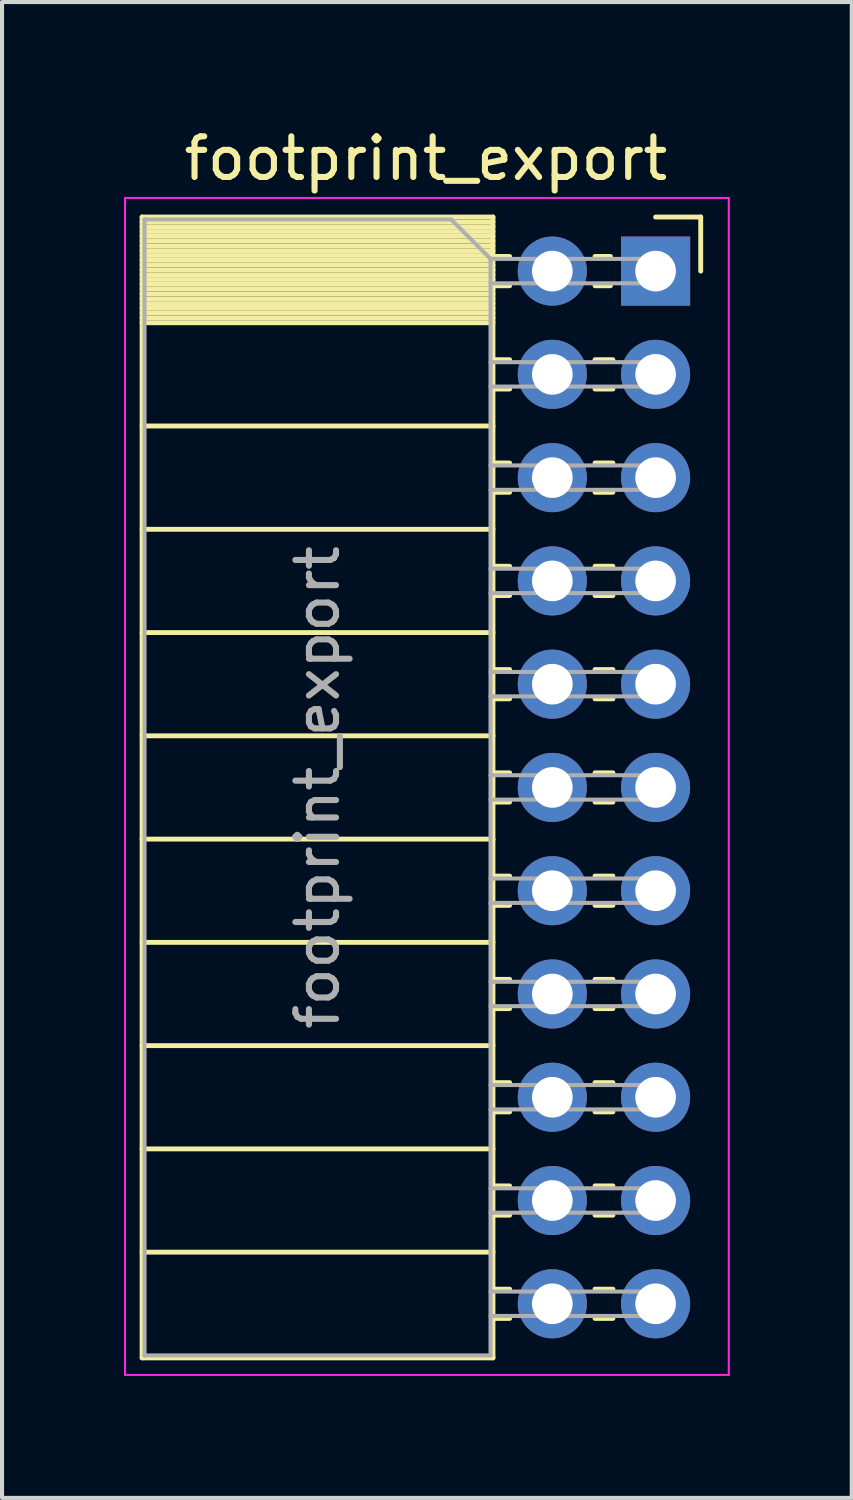
<source format=kicad_pcb>
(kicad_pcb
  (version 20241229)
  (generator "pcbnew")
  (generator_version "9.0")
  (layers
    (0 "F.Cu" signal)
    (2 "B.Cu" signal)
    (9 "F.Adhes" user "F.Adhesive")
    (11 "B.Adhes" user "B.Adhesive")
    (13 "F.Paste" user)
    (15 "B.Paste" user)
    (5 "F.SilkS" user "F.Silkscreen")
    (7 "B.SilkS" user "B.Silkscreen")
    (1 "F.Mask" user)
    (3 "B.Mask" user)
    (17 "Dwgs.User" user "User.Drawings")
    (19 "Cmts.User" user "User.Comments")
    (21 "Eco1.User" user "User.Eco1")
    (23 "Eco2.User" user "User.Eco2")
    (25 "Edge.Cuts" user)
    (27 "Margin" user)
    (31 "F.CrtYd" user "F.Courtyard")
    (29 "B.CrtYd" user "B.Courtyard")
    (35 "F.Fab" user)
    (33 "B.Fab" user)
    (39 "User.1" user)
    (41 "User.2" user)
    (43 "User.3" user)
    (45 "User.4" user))
  (footprint "footprint_export"
    (layer "F.Cu")
    (at 13.075 3.618)
    (property "Reference" "footprint_export" (at -5.65 -2.77 0) (layer "F.SilkS") (effects (font (size 1 1) (thickness 0.15))))
    (attr through_hole)
    (fp_line (start -12.63 -1.33) (end -12.63 26.73) (stroke (width 0.12) (type solid)) (layer "F.SilkS"))
    (fp_line (start -12.63 -1.33) (end -4 -1.33) (stroke (width 0.12) (type solid)) (layer "F.SilkS"))
    (fp_line (start -12.63 -1.21) (end -4 -1.21) (stroke (width 0.12) (type solid)) (layer "F.SilkS"))
    (fp_line (start -12.63 -1.092) (end -4 -1.092) (stroke (width 0.12) (type solid)) (layer "F.SilkS"))
    (fp_line (start -12.63 -0.974) (end -4 -0.974) (stroke (width 0.12) (type solid)) (layer "F.SilkS"))
    (fp_line (start -12.63 -0.856) (end -4 -0.856) (stroke (width 0.12) (type solid)) (layer "F.SilkS"))
    (fp_line (start -12.63 -0.738) (end -4 -0.738) (stroke (width 0.12) (type solid)) (layer "F.SilkS"))
    (fp_line (start -12.63 -0.62) (end -4 -0.62) (stroke (width 0.12) (type solid)) (layer "F.SilkS"))
    (fp_line (start -12.63 -0.501) (end -4 -0.501) (stroke (width 0.12) (type solid)) (layer "F.SilkS"))
    (fp_line (start -12.63 -0.383) (end -4 -0.383) (stroke (width 0.12) (type solid)) (layer "F.SilkS"))
    (fp_line (start -12.63 -0.265) (end -4 -0.265) (stroke (width 0.12) (type solid)) (layer "F.SilkS"))
    (fp_line (start -12.63 -0.147) (end -4 -0.147) (stroke (width 0.12) (type solid)) (layer "F.SilkS"))
    (fp_line (start -12.63 -0.029) (end -4 -0.029) (stroke (width 0.12) (type solid)) (layer "F.SilkS"))
    (fp_line (start -12.63 0.089) (end -4 0.089) (stroke (width 0.12) (type solid)) (layer "F.SilkS"))
    (fp_line (start -12.63 0.207) (end -4 0.207) (stroke (width 0.12) (type solid)) (layer "F.SilkS"))
    (fp_line (start -12.63 0.325) (end -4 0.325) (stroke (width 0.12) (type solid)) (layer "F.SilkS"))
    (fp_line (start -12.63 0.443) (end -4 0.443) (stroke (width 0.12) (type solid)) (layer "F.SilkS"))
    (fp_line (start -12.63 0.561) (end -4 0.561) (stroke (width 0.12) (type solid)) (layer "F.SilkS"))
    (fp_line (start -12.63 0.68) (end -4 0.68) (stroke (width 0.12) (type solid)) (layer "F.SilkS"))
    (fp_line (start -12.63 0.798) (end -4 0.798) (stroke (width 0.12) (type solid)) (layer "F.SilkS"))
    (fp_line (start -12.63 0.916) (end -4 0.916) (stroke (width 0.12) (type solid)) (layer "F.SilkS"))
    (fp_line (start -12.63 1.034) (end -4 1.034) (stroke (width 0.12) (type solid)) (layer "F.SilkS"))
    (fp_line (start -12.63 1.152) (end -4 1.152) (stroke (width 0.12) (type solid)) (layer "F.SilkS"))
    (fp_line (start -12.63 1.27) (end -4 1.27) (stroke (width 0.12) (type solid)) (layer "F.SilkS"))
    (fp_line (start -12.63 3.81) (end -4 3.81) (stroke (width 0.12) (type solid)) (layer "F.SilkS"))
    (fp_line (start -12.63 6.35) (end -4 6.35) (stroke (width 0.12) (type solid)) (layer "F.SilkS"))
    (fp_line (start -12.63 8.89) (end -4 8.89) (stroke (width 0.12) (type solid)) (layer "F.SilkS"))
    (fp_line (start -12.63 11.43) (end -4 11.43) (stroke (width 0.12) (type solid)) (layer "F.SilkS"))
    (fp_line (start -12.63 13.97) (end -4 13.97) (stroke (width 0.12) (type solid)) (layer "F.SilkS"))
    (fp_line (start -12.63 16.51) (end -4 16.51) (stroke (width 0.12) (type solid)) (layer "F.SilkS"))
    (fp_line (start -12.63 19.05) (end -4 19.05) (stroke (width 0.12) (type solid)) (layer "F.SilkS"))
    (fp_line (start -12.63 21.59) (end -4 21.59) (stroke (width 0.12) (type solid)) (layer "F.SilkS"))
    (fp_line (start -12.63 24.13) (end -4 24.13) (stroke (width 0.12) (type solid)) (layer "F.SilkS"))
    (fp_line (start -12.63 26.73) (end -4 26.73) (stroke (width 0.12) (type solid)) (layer "F.SilkS"))
    (fp_line (start -4 -1.33) (end -4 26.73) (stroke (width 0.12) (type solid)) (layer "F.SilkS"))
    (fp_line (start -4 -0.36) (end -3.59 -0.36) (stroke (width 0.12) (type solid)) (layer "F.SilkS"))
    (fp_line (start -4 0.36) (end -3.59 0.36) (stroke (width 0.12) (type solid)) (layer "F.SilkS"))
    (fp_line (start -4 2.18) (end -3.59 2.18) (stroke (width 0.12) (type solid)) (layer "F.SilkS"))
    (fp_line (start -4 2.9) (end -3.59 2.9) (stroke (width 0.12) (type solid)) (layer "F.SilkS"))
    (fp_line (start -4 4.72) (end -3.59 4.72) (stroke (width 0.12) (type solid)) (layer "F.SilkS"))
    (fp_line (start -4 5.44) (end -3.59 5.44) (stroke (width 0.12) (type solid)) (layer "F.SilkS"))
    (fp_line (start -4 7.26) (end -3.59 7.26) (stroke (width 0.12) (type solid)) (layer "F.SilkS"))
    (fp_line (start -4 7.98) (end -3.59 7.98) (stroke (width 0.12) (type solid)) (layer "F.SilkS"))
    (fp_line (start -4 9.8) (end -3.59 9.8) (stroke (width 0.12) (type solid)) (layer "F.SilkS"))
    (fp_line (start -4 10.52) (end -3.59 10.52) (stroke (width 0.12) (type solid)) (layer "F.SilkS"))
    (fp_line (start -4 12.34) (end -3.59 12.34) (stroke (width 0.12) (type solid)) (layer "F.SilkS"))
    (fp_line (start -4 13.06) (end -3.59 13.06) (stroke (width 0.12) (type solid)) (layer "F.SilkS"))
    (fp_line (start -4 14.88) (end -3.59 14.88) (stroke (width 0.12) (type solid)) (layer "F.SilkS"))
    (fp_line (start -4 15.6) (end -3.59 15.6) (stroke (width 0.12) (type solid)) (layer "F.SilkS"))
    (fp_line (start -4 17.42) (end -3.59 17.42) (stroke (width 0.12) (type solid)) (layer "F.SilkS"))
    (fp_line (start -4 18.14) (end -3.59 18.14) (stroke (width 0.12) (type solid)) (layer "F.SilkS"))
    (fp_line (start -4 19.96) (end -3.59 19.96) (stroke (width 0.12) (type solid)) (layer "F.SilkS"))
    (fp_line (start -4 20.68) (end -3.59 20.68) (stroke (width 0.12) (type solid)) (layer "F.SilkS"))
    (fp_line (start -4 22.5) (end -3.59 22.5) (stroke (width 0.12) (type solid)) (layer "F.SilkS"))
    (fp_line (start -4 23.22) (end -3.59 23.22) (stroke (width 0.12) (type solid)) (layer "F.SilkS"))
    (fp_line (start -4 25.04) (end -3.59 25.04) (stroke (width 0.12) (type solid)) (layer "F.SilkS"))
    (fp_line (start -4 25.76) (end -3.59 25.76) (stroke (width 0.12) (type solid)) (layer "F.SilkS"))
    (fp_line (start -1.49 -0.36) (end -1.11 -0.36) (stroke (width 0.12) (type solid)) (layer "F.SilkS"))
    (fp_line (start -1.49 0.36) (end -1.11 0.36) (stroke (width 0.12) (type solid)) (layer "F.SilkS"))
    (fp_line (start -1.49 2.18) (end -1.05 2.18) (stroke (width 0.12) (type solid)) (layer "F.SilkS"))
    (fp_line (start -1.49 2.9) (end -1.05 2.9) (stroke (width 0.12) (type solid)) (layer "F.SilkS"))
    (fp_line (start -1.49 4.72) (end -1.05 4.72) (stroke (width 0.12) (type solid)) (layer "F.SilkS"))
    (fp_line (start -1.49 5.44) (end -1.05 5.44) (stroke (width 0.12) (type solid)) (layer "F.SilkS"))
    (fp_line (start -1.49 7.26) (end -1.05 7.26) (stroke (width 0.12) (type solid)) (layer "F.SilkS"))
    (fp_line (start -1.49 7.98) (end -1.05 7.98) (stroke (width 0.12) (type solid)) (layer "F.SilkS"))
    (fp_line (start -1.49 9.8) (end -1.05 9.8) (stroke (width 0.12) (type solid)) (layer "F.SilkS"))
    (fp_line (start -1.49 10.52) (end -1.05 10.52) (stroke (width 0.12) (type solid)) (layer "F.SilkS"))
    (fp_line (start -1.49 12.34) (end -1.05 12.34) (stroke (width 0.12) (type solid)) (layer "F.SilkS"))
    (fp_line (start -1.49 13.06) (end -1.05 13.06) (stroke (width 0.12) (type solid)) (layer "F.SilkS"))
    (fp_line (start -1.49 14.88) (end -1.05 14.88) (stroke (width 0.12) (type solid)) (layer "F.SilkS"))
    (fp_line (start -1.49 15.6) (end -1.05 15.6) (stroke (width 0.12) (type solid)) (layer "F.SilkS"))
    (fp_line (start -1.49 17.42) (end -1.05 17.42) (stroke (width 0.12) (type solid)) (layer "F.SilkS"))
    (fp_line (start -1.49 18.14) (end -1.05 18.14) (stroke (width 0.12) (type solid)) (layer "F.SilkS"))
    (fp_line (start -1.49 19.96) (end -1.05 19.96) (stroke (width 0.12) (type solid)) (layer "F.SilkS"))
    (fp_line (start -1.49 20.68) (end -1.05 20.68) (stroke (width 0.12) (type solid)) (layer "F.SilkS"))
    (fp_line (start -1.49 22.5) (end -1.05 22.5) (stroke (width 0.12) (type solid)) (layer "F.SilkS"))
    (fp_line (start -1.49 23.22) (end -1.05 23.22) (stroke (width 0.12) (type solid)) (layer "F.SilkS"))
    (fp_line (start -1.49 25.04) (end -1.05 25.04) (stroke (width 0.12) (type solid)) (layer "F.SilkS"))
    (fp_line (start -1.49 25.76) (end -1.05 25.76) (stroke (width 0.12) (type solid)) (layer "F.SilkS"))
    (fp_line (start 0 -1.33) (end 1.11 -1.33) (stroke (width 0.12) (type solid)) (layer "F.SilkS"))
    (fp_line (start 1.11 -1.33) (end 1.11 0) (stroke (width 0.12) (type solid)) (layer "F.SilkS"))
    (fp_line (start -13.05 -1.8) (end -13.05 27.15) (stroke (width 0.05) (type solid)) (layer "F.CrtYd"))
    (fp_line (start -13.05 27.15) (end 1.8 27.15) (stroke (width 0.05) (type solid)) (layer "F.CrtYd"))
    (fp_line (start 1.8 -1.8) (end -13.05 -1.8) (stroke (width 0.05) (type solid)) (layer "F.CrtYd"))
    (fp_line (start 1.8 27.15) (end 1.8 -1.8) (stroke (width 0.05) (type solid)) (layer "F.CrtYd"))
    (fp_line (start -12.57 -1.27) (end -5.03 -1.27) (stroke (width 0.1) (type solid)) (layer "F.Fab"))
    (fp_line (start -12.57 26.67) (end -12.57 -1.27) (stroke (width 0.1) (type solid)) (layer "F.Fab"))
    (fp_line (start -5.03 -1.27) (end -4.06 -0.3) (stroke (width 0.1) (type solid)) (layer "F.Fab"))
    (fp_line (start -4.06 -0.3) (end -4.06 26.67) (stroke (width 0.1) (type solid)) (layer "F.Fab"))
    (fp_line (start -4.06 0.3) (end 0 0.3) (stroke (width 0.1) (type solid)) (layer "F.Fab"))
    (fp_line (start -4.06 2.84) (end 0 2.84) (stroke (width 0.1) (type solid)) (layer "F.Fab"))
    (fp_line (start -4.06 5.38) (end 0 5.38) (stroke (width 0.1) (type solid)) (layer "F.Fab"))
    (fp_line (start -4.06 7.92) (end 0 7.92) (stroke (width 0.1) (type solid)) (layer "F.Fab"))
    (fp_line (start -4.06 10.46) (end 0 10.46) (stroke (width 0.1) (type solid)) (layer "F.Fab"))
    (fp_line (start -4.06 13) (end 0 13) (stroke (width 0.1) (type solid)) (layer "F.Fab"))
    (fp_line (start -4.06 15.54) (end 0 15.54) (stroke (width 0.1) (type solid)) (layer "F.Fab"))
    (fp_line (start -4.06 18.08) (end 0 18.08) (stroke (width 0.1) (type solid)) (layer "F.Fab"))
    (fp_line (start -4.06 20.62) (end 0 20.62) (stroke (width 0.1) (type solid)) (layer "F.Fab"))
    (fp_line (start -4.06 23.16) (end 0 23.16) (stroke (width 0.1) (type solid)) (layer "F.Fab"))
    (fp_line (start -4.06 25.7) (end 0 25.7) (stroke (width 0.1) (type solid)) (layer "F.Fab"))
    (fp_line (start -4.06 26.67) (end -12.57 26.67) (stroke (width 0.1) (type solid)) (layer "F.Fab"))
    (fp_line (start 0 -0.3) (end -4.06 -0.3) (stroke (width 0.1) (type solid)) (layer "F.Fab"))
    (fp_line (start 0 0.3) (end 0 -0.3) (stroke (width 0.1) (type solid)) (layer "F.Fab"))
    (fp_line (start 0 2.24) (end -4.06 2.24) (stroke (width 0.1) (type solid)) (layer "F.Fab"))
    (fp_line (start 0 2.84) (end 0 2.24) (stroke (width 0.1) (type solid)) (layer "F.Fab"))
    (fp_line (start 0 4.78) (end -4.06 4.78) (stroke (width 0.1) (type solid)) (layer "F.Fab"))
    (fp_line (start 0 5.38) (end 0 4.78) (stroke (width 0.1) (type solid)) (layer "F.Fab"))
    (fp_line (start 0 7.32) (end -4.06 7.32) (stroke (width 0.1) (type solid)) (layer "F.Fab"))
    (fp_line (start 0 7.92) (end 0 7.32) (stroke (width 0.1) (type solid)) (layer "F.Fab"))
    (fp_line (start 0 9.86) (end -4.06 9.86) (stroke (width 0.1) (type solid)) (layer "F.Fab"))
    (fp_line (start 0 10.46) (end 0 9.86) (stroke (width 0.1) (type solid)) (layer "F.Fab"))
    (fp_line (start 0 12.4) (end -4.06 12.4) (stroke (width 0.1) (type solid)) (layer "F.Fab"))
    (fp_line (start 0 13) (end 0 12.4) (stroke (width 0.1) (type solid)) (layer "F.Fab"))
    (fp_line (start 0 14.94) (end -4.06 14.94) (stroke (width 0.1) (type solid)) (layer "F.Fab"))
    (fp_line (start 0 15.54) (end 0 14.94) (stroke (width 0.1) (type solid)) (layer "F.Fab"))
    (fp_line (start 0 17.48) (end -4.06 17.48) (stroke (width 0.1) (type solid)) (layer "F.Fab"))
    (fp_line (start 0 18.08) (end 0 17.48) (stroke (width 0.1) (type solid)) (layer "F.Fab"))
    (fp_line (start 0 20.02) (end -4.06 20.02) (stroke (width 0.1) (type solid)) (layer "F.Fab"))
    (fp_line (start 0 20.62) (end 0 20.02) (stroke (width 0.1) (type solid)) (layer "F.Fab"))
    (fp_line (start 0 22.56) (end -4.06 22.56) (stroke (width 0.1) (type solid)) (layer "F.Fab"))
    (fp_line (start 0 23.16) (end 0 22.56) (stroke (width 0.1) (type solid)) (layer "F.Fab"))
    (fp_line (start 0 25.1) (end -4.06 25.1) (stroke (width 0.1) (type solid)) (layer "F.Fab"))
    (fp_line (start 0 25.7) (end 0 25.1) (stroke (width 0.1) (type solid)) (layer "F.Fab"))
    (fp_text user "${REFERENCE}" (at -8.315 12.7 90) (layer "F.Fab") (effects (font (size 1 1) (thickness 0.15))))
    (pad "1" thru_hole rect (at 0 0) (size 1.7 1.7) (drill 1) (layers "*.Cu" "*.Mask"))
    (pad "2" thru_hole oval (at -2.54 0) (size 1.7 1.7) (drill 1) (layers "*.Cu" "*.Mask"))
    (pad "3" thru_hole oval (at 0 2.54) (size 1.7 1.7) (drill 1) (layers "*.Cu" "*.Mask"))
    (pad "4" thru_hole oval (at -2.54 2.54) (size 1.7 1.7) (drill 1) (layers "*.Cu" "*.Mask"))
    (pad "5" thru_hole oval (at 0 5.08) (size 1.7 1.7) (drill 1) (layers "*.Cu" "*.Mask"))
    (pad "6" thru_hole oval (at -2.54 5.08) (size 1.7 1.7) (drill 1) (layers "*.Cu" "*.Mask"))
    (pad "7" thru_hole oval (at 0 7.62) (size 1.7 1.7) (drill 1) (layers "*.Cu" "*.Mask"))
    (pad "8" thru_hole oval (at -2.54 7.62) (size 1.7 1.7) (drill 1) (layers "*.Cu" "*.Mask"))
    (pad "9" thru_hole oval (at 0 10.16) (size 1.7 1.7) (drill 1) (layers "*.Cu" "*.Mask"))
    (pad "10" thru_hole oval (at -2.54 10.16) (size 1.7 1.7) (drill 1) (layers "*.Cu" "*.Mask"))
    (pad "11" thru_hole oval (at 0 12.7) (size 1.7 1.7) (drill 1) (layers "*.Cu" "*.Mask"))
    (pad "12" thru_hole oval (at -2.54 12.7) (size 1.7 1.7) (drill 1) (layers "*.Cu" "*.Mask"))
    (pad "13" thru_hole oval (at 0 15.24) (size 1.7 1.7) (drill 1) (layers "*.Cu" "*.Mask"))
    (pad "14" thru_hole oval (at -2.54 15.24) (size 1.7 1.7) (drill 1) (layers "*.Cu" "*.Mask"))
    (pad "15" thru_hole oval (at 0 17.78) (size 1.7 1.7) (drill 1) (layers "*.Cu" "*.Mask"))
    (pad "16" thru_hole oval (at -2.54 17.78) (size 1.7 1.7) (drill 1) (layers "*.Cu" "*.Mask"))
    (pad "17" thru_hole oval (at 0 20.32) (size 1.7 1.7) (drill 1) (layers "*.Cu" "*.Mask"))
    (pad "18" thru_hole oval (at -2.54 20.32) (size 1.7 1.7) (drill 1) (layers "*.Cu" "*.Mask"))
    (pad "19" thru_hole oval (at 0 22.86) (size 1.7 1.7) (drill 1) (layers "*.Cu" "*.Mask"))
    (pad "20" thru_hole oval (at -2.54 22.86) (size 1.7 1.7) (drill 1) (layers "*.Cu" "*.Mask"))
    (pad "21" thru_hole oval (at 0 25.4) (size 1.7 1.7) (drill 1) (layers "*.Cu" "*.Mask"))
    (pad "22" thru_hole oval (at -2.54 25.4) (size 1.7 1.7) (drill 1) (layers "*.Cu" "*.Mask")))
  (gr_rect
    (start -3 -3)
    (end 17.9 33.793)
    (stroke (width 0.1) (type default))
    (fill no)
    (layer "Edge.Cuts")))
</source>
